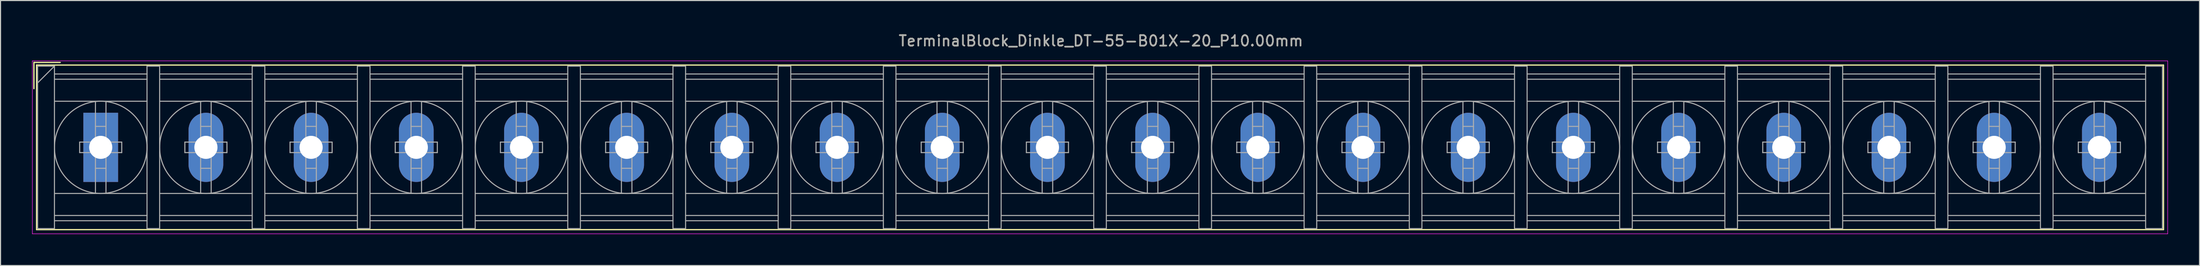
<source format=kicad_pcb>
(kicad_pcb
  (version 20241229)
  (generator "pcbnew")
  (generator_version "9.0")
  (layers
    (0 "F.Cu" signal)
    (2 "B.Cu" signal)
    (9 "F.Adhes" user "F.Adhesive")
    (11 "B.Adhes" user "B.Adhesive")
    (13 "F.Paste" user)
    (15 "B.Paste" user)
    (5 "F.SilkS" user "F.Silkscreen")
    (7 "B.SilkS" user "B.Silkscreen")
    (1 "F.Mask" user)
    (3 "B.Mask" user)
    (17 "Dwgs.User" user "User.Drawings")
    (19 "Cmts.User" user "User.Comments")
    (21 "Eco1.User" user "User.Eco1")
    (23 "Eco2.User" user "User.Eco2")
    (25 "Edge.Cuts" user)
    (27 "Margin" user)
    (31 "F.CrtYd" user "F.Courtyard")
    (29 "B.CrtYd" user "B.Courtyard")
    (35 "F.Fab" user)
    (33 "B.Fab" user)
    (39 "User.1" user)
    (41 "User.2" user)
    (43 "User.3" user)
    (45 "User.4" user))
  (footprint "TerminalBlock_Dinkle_DT-55-B01X-20_P10.00mm"
    (layer "F.Cu")
    (at 6.525 11.008)
    (property "Reference" "TerminalBlock_Dinkle_DT-55-B01X-20_P10.00mm" (at 95.08 -10.16 0) (layer "F.SilkS") (effects (font (size 1 1) (thickness 0.15))))
    (attr through_hole)
    (fp_line (start -6.35 -8.1) (end -3.85 -8.1) (stroke (width 0.12) (type solid)) (layer "F.SilkS"))
    (fp_line (start -6.35 -5.6) (end -6.35 -8.1) (stroke (width 0.12) (type solid)) (layer "F.SilkS"))
    (fp_line (start -6.1 -7.85) (end 196.1 -7.85) (stroke (width 0.12) (type solid)) (layer "F.SilkS"))
    (fp_line (start -6.1 7.85) (end -6.1 -7.85) (stroke (width 0.12) (type solid)) (layer "F.SilkS"))
    (fp_line (start -6.1 7.85) (end 196.1 7.85) (stroke (width 0.12) (type solid)) (layer "F.SilkS"))
    (fp_line (start 196.1 -7.85) (end 196.1 7.85) (stroke (width 0.12) (type solid)) (layer "F.SilkS"))
    (fp_line (start -6.5 -8.25) (end 196.5 -8.25) (stroke (width 0.05) (type solid)) (layer "F.CrtYd"))
    (fp_line (start -6.5 8.25) (end -6.5 -8.25) (stroke (width 0.05) (type solid)) (layer "F.CrtYd"))
    (fp_line (start -6.5 8.25) (end 196.5 8.25) (stroke (width 0.05) (type solid)) (layer "F.CrtYd"))
    (fp_line (start 196.5 -8.25) (end 196.5 8.25) (stroke (width 0.05) (type solid)) (layer "F.CrtYd"))
    (fp_line (start -6 -7.75) (end -6 7.75) (stroke (width 0.1) (type solid)) (layer "F.Fab"))
    (fp_line (start -6 -7.75) (end -4.4 -7.75) (stroke (width 0.1) (type solid)) (layer "F.Fab"))
    (fp_line (start -6 7.75) (end -4.4 7.75) (stroke (width 0.1) (type solid)) (layer "F.Fab"))
    (fp_line (start -4.4 -7.75) (end -6 -6.15) (stroke (width 0.1) (type solid)) (layer "F.Fab"))
    (fp_line (start -4.4 -7.75) (end -4.4 7.75) (stroke (width 0.1) (type solid)) (layer "F.Fab"))
    (fp_line (start -4.4 -7) (end 4.4 -7) (stroke (width 0.1) (type solid)) (layer "F.Fab"))
    (fp_line (start -4.4 -6.5) (end 4.4 -6.5) (stroke (width 0.1) (type solid)) (layer "F.Fab"))
    (fp_line (start -4.4 -4.4) (end 4.4 -4.4) (stroke (width 0.1) (type solid)) (layer "F.Fab"))
    (fp_line (start -4.4 4.4) (end 4.4 4.4) (stroke (width 0.1) (type solid)) (layer "F.Fab"))
    (fp_line (start -4.4 6.5) (end 4.4 6.5) (stroke (width 0.1) (type solid)) (layer "F.Fab"))
    (fp_line (start -4.4 7) (end 4.4 7) (stroke (width 0.1) (type solid)) (layer "F.Fab"))
    (fp_line (start -2 -0.5) (end -2 0.5) (stroke (width 0.1) (type solid)) (layer "F.Fab"))
    (fp_line (start -2 0.5) (end -0.5 0.5) (stroke (width 0.1) (type solid)) (layer "F.Fab"))
    (fp_line (start -0.5 -4.35) (end -0.5 -0.5) (stroke (width 0.1) (type solid)) (layer "F.Fab"))
    (fp_line (start -0.5 -2) (end 0.5 -2) (stroke (width 0.1) (type solid)) (layer "F.Fab"))
    (fp_line (start -0.5 -0.5) (end -2 -0.5) (stroke (width 0.1) (type solid)) (layer "F.Fab"))
    (fp_line (start -0.5 0.5) (end -0.5 4.35) (stroke (width 0.1) (type solid)) (layer "F.Fab"))
    (fp_line (start -0.5 2) (end 0.5 2) (stroke (width 0.1) (type solid)) (layer "F.Fab"))
    (fp_line (start 0.5 -4.35) (end 0.5 -0.5) (stroke (width 0.1) (type solid)) (layer "F.Fab"))
    (fp_line (start 0.5 -0.5) (end 2 -0.5) (stroke (width 0.1) (type solid)) (layer "F.Fab"))
    (fp_line (start 0.5 0.5) (end 0.5 4.35) (stroke (width 0.1) (type solid)) (layer "F.Fab"))
    (fp_line (start 2 -0.5) (end 2 0.5) (stroke (width 0.1) (type solid)) (layer "F.Fab"))
    (fp_line (start 2 0.5) (end 0.5 0.5) (stroke (width 0.1) (type solid)) (layer "F.Fab"))
    (fp_line (start 4.4 -7.75) (end 4.4 7.75) (stroke (width 0.1) (type solid)) (layer "F.Fab"))
    (fp_line (start 4.4 -7.75) (end 5.6 -7.75) (stroke (width 0.1) (type solid)) (layer "F.Fab"))
    (fp_line (start 4.4 7.75) (end 5.6 7.75) (stroke (width 0.1) (type solid)) (layer "F.Fab"))
    (fp_line (start 5.6 -7.75) (end 5.6 7.75) (stroke (width 0.1) (type solid)) (layer "F.Fab"))
    (fp_line (start 5.6 -7) (end 14.4 -7) (stroke (width 0.1) (type solid)) (layer "F.Fab"))
    (fp_line (start 5.6 -6.5) (end 14.4 -6.5) (stroke (width 0.1) (type solid)) (layer "F.Fab"))
    (fp_line (start 5.6 -4.4) (end 14.4 -4.4) (stroke (width 0.1) (type solid)) (layer "F.Fab"))
    (fp_line (start 5.6 4.4) (end 14.4 4.4) (stroke (width 0.1) (type solid)) (layer "F.Fab"))
    (fp_line (start 5.6 6.5) (end 14.4 6.5) (stroke (width 0.1) (type solid)) (layer "F.Fab"))
    (fp_line (start 5.6 7) (end 14.4 7) (stroke (width 0.1) (type solid)) (layer "F.Fab"))
    (fp_line (start 8 -0.5) (end 8 0.5) (stroke (width 0.1) (type solid)) (layer "F.Fab"))
    (fp_line (start 8 0.5) (end 9.5 0.5) (stroke (width 0.1) (type solid)) (layer "F.Fab"))
    (fp_line (start 9.5 -4.35) (end 9.5 -0.5) (stroke (width 0.1) (type solid)) (layer "F.Fab"))
    (fp_line (start 9.5 -2) (end 10.5 -2) (stroke (width 0.1) (type solid)) (layer "F.Fab"))
    (fp_line (start 9.5 -0.5) (end 8 -0.5) (stroke (width 0.1) (type solid)) (layer "F.Fab"))
    (fp_line (start 9.5 0.5) (end 9.5 4.35) (stroke (width 0.1) (type solid)) (layer "F.Fab"))
    (fp_line (start 9.5 2) (end 10.5 2) (stroke (width 0.1) (type solid)) (layer "F.Fab"))
    (fp_line (start 10.5 -4.35) (end 10.5 -0.5) (stroke (width 0.1) (type solid)) (layer "F.Fab"))
    (fp_line (start 10.5 -0.5) (end 12 -0.5) (stroke (width 0.1) (type solid)) (layer "F.Fab"))
    (fp_line (start 10.5 0.5) (end 10.5 4.35) (stroke (width 0.1) (type solid)) (layer "F.Fab"))
    (fp_line (start 12 -0.5) (end 12 0.5) (stroke (width 0.1) (type solid)) (layer "F.Fab"))
    (fp_line (start 12 0.5) (end 10.5 0.5) (stroke (width 0.1) (type solid)) (layer "F.Fab"))
    (fp_line (start 14.4 -7.75) (end 14.4 7.75) (stroke (width 0.1) (type solid)) (layer "F.Fab"))
    (fp_line (start 14.4 -7.75) (end 15.6 -7.75) (stroke (width 0.1) (type solid)) (layer "F.Fab"))
    (fp_line (start 14.4 7.75) (end 15.6 7.75) (stroke (width 0.1) (type solid)) (layer "F.Fab"))
    (fp_line (start 15.6 -7.75) (end 15.6 7.75) (stroke (width 0.1) (type solid)) (layer "F.Fab"))
    (fp_line (start 15.6 -7) (end 24.4 -7) (stroke (width 0.1) (type solid)) (layer "F.Fab"))
    (fp_line (start 15.6 -6.5) (end 24.4 -6.5) (stroke (width 0.1) (type solid)) (layer "F.Fab"))
    (fp_line (start 15.6 -4.4) (end 24.4 -4.4) (stroke (width 0.1) (type solid)) (layer "F.Fab"))
    (fp_line (start 15.6 4.4) (end 24.4 4.4) (stroke (width 0.1) (type solid)) (layer "F.Fab"))
    (fp_line (start 15.6 6.5) (end 24.4 6.5) (stroke (width 0.1) (type solid)) (layer "F.Fab"))
    (fp_line (start 15.6 7) (end 24.4 7) (stroke (width 0.1) (type solid)) (layer "F.Fab"))
    (fp_line (start 18 -0.5) (end 18 0.5) (stroke (width 0.1) (type solid)) (layer "F.Fab"))
    (fp_line (start 18 0.5) (end 19.5 0.5) (stroke (width 0.1) (type solid)) (layer "F.Fab"))
    (fp_line (start 19.5 -4.35) (end 19.5 -0.5) (stroke (width 0.1) (type solid)) (layer "F.Fab"))
    (fp_line (start 19.5 -2) (end 20.5 -2) (stroke (width 0.1) (type solid)) (layer "F.Fab"))
    (fp_line (start 19.5 -0.5) (end 18 -0.5) (stroke (width 0.1) (type solid)) (layer "F.Fab"))
    (fp_line (start 19.5 0.5) (end 19.5 4.35) (stroke (width 0.1) (type solid)) (layer "F.Fab"))
    (fp_line (start 19.5 2) (end 20.5 2) (stroke (width 0.1) (type solid)) (layer "F.Fab"))
    (fp_line (start 20.5 -4.35) (end 20.5 -0.5) (stroke (width 0.1) (type solid)) (layer "F.Fab"))
    (fp_line (start 20.5 -0.5) (end 22 -0.5) (stroke (width 0.1) (type solid)) (layer "F.Fab"))
    (fp_line (start 20.5 0.5) (end 20.5 4.35) (stroke (width 0.1) (type solid)) (layer "F.Fab"))
    (fp_line (start 22 -0.5) (end 22 0.5) (stroke (width 0.1) (type solid)) (layer "F.Fab"))
    (fp_line (start 22 0.5) (end 20.5 0.5) (stroke (width 0.1) (type solid)) (layer "F.Fab"))
    (fp_line (start 24.4 -7.75) (end 24.4 7.75) (stroke (width 0.1) (type solid)) (layer "F.Fab"))
    (fp_line (start 24.4 -7.75) (end 25.6 -7.75) (stroke (width 0.1) (type solid)) (layer "F.Fab"))
    (fp_line (start 24.4 7.75) (end 25.6 7.75) (stroke (width 0.1) (type solid)) (layer "F.Fab"))
    (fp_line (start 25.6 -7.75) (end 25.6 7.75) (stroke (width 0.1) (type solid)) (layer "F.Fab"))
    (fp_line (start 25.6 -7) (end 34.4 -7) (stroke (width 0.1) (type solid)) (layer "F.Fab"))
    (fp_line (start 25.6 -6.5) (end 34.4 -6.5) (stroke (width 0.1) (type solid)) (layer "F.Fab"))
    (fp_line (start 25.6 -4.4) (end 34.4 -4.4) (stroke (width 0.1) (type solid)) (layer "F.Fab"))
    (fp_line (start 25.6 4.4) (end 34.4 4.4) (stroke (width 0.1) (type solid)) (layer "F.Fab"))
    (fp_line (start 25.6 6.5) (end 34.4 6.5) (stroke (width 0.1) (type solid)) (layer "F.Fab"))
    (fp_line (start 25.6 7) (end 34.4 7) (stroke (width 0.1) (type solid)) (layer "F.Fab"))
    (fp_line (start 28 -0.5) (end 28 0.5) (stroke (width 0.1) (type solid)) (layer "F.Fab"))
    (fp_line (start 28 0.5) (end 29.5 0.5) (stroke (width 0.1) (type solid)) (layer "F.Fab"))
    (fp_line (start 29.5 -4.35) (end 29.5 -0.5) (stroke (width 0.1) (type solid)) (layer "F.Fab"))
    (fp_line (start 29.5 -2) (end 30.5 -2) (stroke (width 0.1) (type solid)) (layer "F.Fab"))
    (fp_line (start 29.5 -0.5) (end 28 -0.5) (stroke (width 0.1) (type solid)) (layer "F.Fab"))
    (fp_line (start 29.5 0.5) (end 29.5 4.35) (stroke (width 0.1) (type solid)) (layer "F.Fab"))
    (fp_line (start 29.5 2) (end 30.5 2) (stroke (width 0.1) (type solid)) (layer "F.Fab"))
    (fp_line (start 30.5 -4.35) (end 30.5 -0.5) (stroke (width 0.1) (type solid)) (layer "F.Fab"))
    (fp_line (start 30.5 -0.5) (end 32 -0.5) (stroke (width 0.1) (type solid)) (layer "F.Fab"))
    (fp_line (start 30.5 0.5) (end 30.5 4.35) (stroke (width 0.1) (type solid)) (layer "F.Fab"))
    (fp_line (start 32 -0.5) (end 32 0.5) (stroke (width 0.1) (type solid)) (layer "F.Fab"))
    (fp_line (start 32 0.5) (end 30.5 0.5) (stroke (width 0.1) (type solid)) (layer "F.Fab"))
    (fp_line (start 34.4 -7.75) (end 34.4 7.75) (stroke (width 0.1) (type solid)) (layer "F.Fab"))
    (fp_line (start 34.4 -7.75) (end 35.6 -7.75) (stroke (width 0.1) (type solid)) (layer "F.Fab"))
    (fp_line (start 34.4 7.75) (end 35.6 7.75) (stroke (width 0.1) (type solid)) (layer "F.Fab"))
    (fp_line (start 35.6 -7.75) (end 35.6 7.75) (stroke (width 0.1) (type solid)) (layer "F.Fab"))
    (fp_line (start 35.6 -7) (end 44.4 -7) (stroke (width 0.1) (type solid)) (layer "F.Fab"))
    (fp_line (start 35.6 -6.5) (end 44.4 -6.5) (stroke (width 0.1) (type solid)) (layer "F.Fab"))
    (fp_line (start 35.6 -4.4) (end 44.4 -4.4) (stroke (width 0.1) (type solid)) (layer "F.Fab"))
    (fp_line (start 35.6 4.4) (end 44.4 4.4) (stroke (width 0.1) (type solid)) (layer "F.Fab"))
    (fp_line (start 35.6 6.5) (end 44.4 6.5) (stroke (width 0.1) (type solid)) (layer "F.Fab"))
    (fp_line (start 35.6 7) (end 44.4 7) (stroke (width 0.1) (type solid)) (layer "F.Fab"))
    (fp_line (start 38 -0.5) (end 38 0.5) (stroke (width 0.1) (type solid)) (layer "F.Fab"))
    (fp_line (start 38 0.5) (end 39.5 0.5) (stroke (width 0.1) (type solid)) (layer "F.Fab"))
    (fp_line (start 39.5 -4.35) (end 39.5 -0.5) (stroke (width 0.1) (type solid)) (layer "F.Fab"))
    (fp_line (start 39.5 -2) (end 40.5 -2) (stroke (width 0.1) (type solid)) (layer "F.Fab"))
    (fp_line (start 39.5 -0.5) (end 38 -0.5) (stroke (width 0.1) (type solid)) (layer "F.Fab"))
    (fp_line (start 39.5 0.5) (end 39.5 4.35) (stroke (width 0.1) (type solid)) (layer "F.Fab"))
    (fp_line (start 39.5 2) (end 40.5 2) (stroke (width 0.1) (type solid)) (layer "F.Fab"))
    (fp_line (start 40.5 -4.35) (end 40.5 -0.5) (stroke (width 0.1) (type solid)) (layer "F.Fab"))
    (fp_line (start 40.5 -0.5) (end 42 -0.5) (stroke (width 0.1) (type solid)) (layer "F.Fab"))
    (fp_line (start 40.5 0.5) (end 40.5 4.35) (stroke (width 0.1) (type solid)) (layer "F.Fab"))
    (fp_line (start 42 -0.5) (end 42 0.5) (stroke (width 0.1) (type solid)) (layer "F.Fab"))
    (fp_line (start 42 0.5) (end 40.5 0.5) (stroke (width 0.1) (type solid)) (layer "F.Fab"))
    (fp_line (start 44.4 -7.75) (end 44.4 7.75) (stroke (width 0.1) (type solid)) (layer "F.Fab"))
    (fp_line (start 44.4 -7.75) (end 45.6 -7.75) (stroke (width 0.1) (type solid)) (layer "F.Fab"))
    (fp_line (start 44.4 7.75) (end 45.6 7.75) (stroke (width 0.1) (type solid)) (layer "F.Fab"))
    (fp_line (start 45.6 -7.75) (end 45.6 7.75) (stroke (width 0.1) (type solid)) (layer "F.Fab"))
    (fp_line (start 45.6 -7) (end 54.4 -7) (stroke (width 0.1) (type solid)) (layer "F.Fab"))
    (fp_line (start 45.6 -6.5) (end 54.4 -6.5) (stroke (width 0.1) (type solid)) (layer "F.Fab"))
    (fp_line (start 45.6 -4.4) (end 54.4 -4.4) (stroke (width 0.1) (type solid)) (layer "F.Fab"))
    (fp_line (start 45.6 4.4) (end 54.4 4.4) (stroke (width 0.1) (type solid)) (layer "F.Fab"))
    (fp_line (start 45.6 6.5) (end 54.4 6.5) (stroke (width 0.1) (type solid)) (layer "F.Fab"))
    (fp_line (start 45.6 7) (end 54.4 7) (stroke (width 0.1) (type solid)) (layer "F.Fab"))
    (fp_line (start 48 -0.5) (end 48 0.5) (stroke (width 0.1) (type solid)) (layer "F.Fab"))
    (fp_line (start 48 0.5) (end 49.5 0.5) (stroke (width 0.1) (type solid)) (layer "F.Fab"))
    (fp_line (start 49.5 -4.35) (end 49.5 -0.5) (stroke (width 0.1) (type solid)) (layer "F.Fab"))
    (fp_line (start 49.5 -2) (end 50.5 -2) (stroke (width 0.1) (type solid)) (layer "F.Fab"))
    (fp_line (start 49.5 -0.5) (end 48 -0.5) (stroke (width 0.1) (type solid)) (layer "F.Fab"))
    (fp_line (start 49.5 0.5) (end 49.5 4.35) (stroke (width 0.1) (type solid)) (layer "F.Fab"))
    (fp_line (start 49.5 2) (end 50.5 2) (stroke (width 0.1) (type solid)) (layer "F.Fab"))
    (fp_line (start 50.5 -4.35) (end 50.5 -0.5) (stroke (width 0.1) (type solid)) (layer "F.Fab"))
    (fp_line (start 50.5 -0.5) (end 52 -0.5) (stroke (width 0.1) (type solid)) (layer "F.Fab"))
    (fp_line (start 50.5 0.5) (end 50.5 4.35) (stroke (width 0.1) (type solid)) (layer "F.Fab"))
    (fp_line (start 52 -0.5) (end 52 0.5) (stroke (width 0.1) (type solid)) (layer "F.Fab"))
    (fp_line (start 52 0.5) (end 50.5 0.5) (stroke (width 0.1) (type solid)) (layer "F.Fab"))
    (fp_line (start 54.4 -7.75) (end 54.4 7.75) (stroke (width 0.1) (type solid)) (layer "F.Fab"))
    (fp_line (start 54.4 -7.75) (end 55.6 -7.75) (stroke (width 0.1) (type solid)) (layer "F.Fab"))
    (fp_line (start 54.4 7.75) (end 55.6 7.75) (stroke (width 0.1) (type solid)) (layer "F.Fab"))
    (fp_line (start 55.6 -7.75) (end 55.6 7.75) (stroke (width 0.1) (type solid)) (layer "F.Fab"))
    (fp_line (start 55.6 -7) (end 64.4 -7) (stroke (width 0.1) (type solid)) (layer "F.Fab"))
    (fp_line (start 55.6 -6.5) (end 64.4 -6.5) (stroke (width 0.1) (type solid)) (layer "F.Fab"))
    (fp_line (start 55.6 -4.4) (end 64.4 -4.4) (stroke (width 0.1) (type solid)) (layer "F.Fab"))
    (fp_line (start 55.6 4.4) (end 64.4 4.4) (stroke (width 0.1) (type solid)) (layer "F.Fab"))
    (fp_line (start 55.6 6.5) (end 64.4 6.5) (stroke (width 0.1) (type solid)) (layer "F.Fab"))
    (fp_line (start 55.6 7) (end 64.4 7) (stroke (width 0.1) (type solid)) (layer "F.Fab"))
    (fp_line (start 58 -0.5) (end 58 0.5) (stroke (width 0.1) (type solid)) (layer "F.Fab"))
    (fp_line (start 58 0.5) (end 59.5 0.5) (stroke (width 0.1) (type solid)) (layer "F.Fab"))
    (fp_line (start 59.5 -4.35) (end 59.5 -0.5) (stroke (width 0.1) (type solid)) (layer "F.Fab"))
    (fp_line (start 59.5 -2) (end 60.5 -2) (stroke (width 0.1) (type solid)) (layer "F.Fab"))
    (fp_line (start 59.5 -0.5) (end 58 -0.5) (stroke (width 0.1) (type solid)) (layer "F.Fab"))
    (fp_line (start 59.5 0.5) (end 59.5 4.35) (stroke (width 0.1) (type solid)) (layer "F.Fab"))
    (fp_line (start 59.5 2) (end 60.5 2) (stroke (width 0.1) (type solid)) (layer "F.Fab"))
    (fp_line (start 60.5 -4.35) (end 60.5 -0.5) (stroke (width 0.1) (type solid)) (layer "F.Fab"))
    (fp_line (start 60.5 -0.5) (end 62 -0.5) (stroke (width 0.1) (type solid)) (layer "F.Fab"))
    (fp_line (start 60.5 0.5) (end 60.5 4.35) (stroke (width 0.1) (type solid)) (layer "F.Fab"))
    (fp_line (start 62 -0.5) (end 62 0.5) (stroke (width 0.1) (type solid)) (layer "F.Fab"))
    (fp_line (start 62 0.5) (end 60.5 0.5) (stroke (width 0.1) (type solid)) (layer "F.Fab"))
    (fp_line (start 64.4 -7.75) (end 64.4 7.75) (stroke (width 0.1) (type solid)) (layer "F.Fab"))
    (fp_line (start 64.4 -7.75) (end 65.6 -7.75) (stroke (width 0.1) (type solid)) (layer "F.Fab"))
    (fp_line (start 64.4 7.75) (end 65.6 7.75) (stroke (width 0.1) (type solid)) (layer "F.Fab"))
    (fp_line (start 65.6 -7.75) (end 65.6 7.75) (stroke (width 0.1) (type solid)) (layer "F.Fab"))
    (fp_line (start 65.6 -7) (end 74.4 -7) (stroke (width 0.1) (type solid)) (layer "F.Fab"))
    (fp_line (start 65.6 -6.5) (end 74.4 -6.5) (stroke (width 0.1) (type solid)) (layer "F.Fab"))
    (fp_line (start 65.6 -4.4) (end 74.4 -4.4) (stroke (width 0.1) (type solid)) (layer "F.Fab"))
    (fp_line (start 65.6 4.4) (end 74.4 4.4) (stroke (width 0.1) (type solid)) (layer "F.Fab"))
    (fp_line (start 65.6 6.5) (end 74.4 6.5) (stroke (width 0.1) (type solid)) (layer "F.Fab"))
    (fp_line (start 65.6 7) (end 74.4 7) (stroke (width 0.1) (type solid)) (layer "F.Fab"))
    (fp_line (start 68 -0.5) (end 68 0.5) (stroke (width 0.1) (type solid)) (layer "F.Fab"))
    (fp_line (start 68 0.5) (end 69.5 0.5) (stroke (width 0.1) (type solid)) (layer "F.Fab"))
    (fp_line (start 69.5 -4.35) (end 69.5 -0.5) (stroke (width 0.1) (type solid)) (layer "F.Fab"))
    (fp_line (start 69.5 -2) (end 70.5 -2) (stroke (width 0.1) (type solid)) (layer "F.Fab"))
    (fp_line (start 69.5 -0.5) (end 68 -0.5) (stroke (width 0.1) (type solid)) (layer "F.Fab"))
    (fp_line (start 69.5 0.5) (end 69.5 4.35) (stroke (width 0.1) (type solid)) (layer "F.Fab"))
    (fp_line (start 69.5 2) (end 70.5 2) (stroke (width 0.1) (type solid)) (layer "F.Fab"))
    (fp_line (start 70.5 -4.35) (end 70.5 -0.5) (stroke (width 0.1) (type solid)) (layer "F.Fab"))
    (fp_line (start 70.5 -0.5) (end 72 -0.5) (stroke (width 0.1) (type solid)) (layer "F.Fab"))
    (fp_line (start 70.5 0.5) (end 70.5 4.35) (stroke (width 0.1) (type solid)) (layer "F.Fab"))
    (fp_line (start 72 -0.5) (end 72 0.5) (stroke (width 0.1) (type solid)) (layer "F.Fab"))
    (fp_line (start 72 0.5) (end 70.5 0.5) (stroke (width 0.1) (type solid)) (layer "F.Fab"))
    (fp_line (start 74.4 -7.75) (end 74.4 7.75) (stroke (width 0.1) (type solid)) (layer "F.Fab"))
    (fp_line (start 74.4 -7.75) (end 75.6 -7.75) (stroke (width 0.1) (type solid)) (layer "F.Fab"))
    (fp_line (start 74.4 7.75) (end 75.6 7.75) (stroke (width 0.1) (type solid)) (layer "F.Fab"))
    (fp_line (start 75.6 -7.75) (end 75.6 7.75) (stroke (width 0.1) (type solid)) (layer "F.Fab"))
    (fp_line (start 75.6 -7) (end 84.4 -7) (stroke (width 0.1) (type solid)) (layer "F.Fab"))
    (fp_line (start 75.6 -6.5) (end 84.4 -6.5) (stroke (width 0.1) (type solid)) (layer "F.Fab"))
    (fp_line (start 75.6 -4.4) (end 84.4 -4.4) (stroke (width 0.1) (type solid)) (layer "F.Fab"))
    (fp_line (start 75.6 4.4) (end 84.4 4.4) (stroke (width 0.1) (type solid)) (layer "F.Fab"))
    (fp_line (start 75.6 6.5) (end 84.4 6.5) (stroke (width 0.1) (type solid)) (layer "F.Fab"))
    (fp_line (start 75.6 7) (end 84.4 7) (stroke (width 0.1) (type solid)) (layer "F.Fab"))
    (fp_line (start 78 -0.5) (end 78 0.5) (stroke (width 0.1) (type solid)) (layer "F.Fab"))
    (fp_line (start 78 0.5) (end 79.5 0.5) (stroke (width 0.1) (type solid)) (layer "F.Fab"))
    (fp_line (start 79.5 -4.35) (end 79.5 -0.5) (stroke (width 0.1) (type solid)) (layer "F.Fab"))
    (fp_line (start 79.5 -2) (end 80.5 -2) (stroke (width 0.1) (type solid)) (layer "F.Fab"))
    (fp_line (start 79.5 -0.5) (end 78 -0.5) (stroke (width 0.1) (type solid)) (layer "F.Fab"))
    (fp_line (start 79.5 0.5) (end 79.5 4.35) (stroke (width 0.1) (type solid)) (layer "F.Fab"))
    (fp_line (start 79.5 2) (end 80.5 2) (stroke (width 0.1) (type solid)) (layer "F.Fab"))
    (fp_line (start 80.5 -4.35) (end 80.5 -0.5) (stroke (width 0.1) (type solid)) (layer "F.Fab"))
    (fp_line (start 80.5 -0.5) (end 82 -0.5) (stroke (width 0.1) (type solid)) (layer "F.Fab"))
    (fp_line (start 80.5 0.5) (end 80.5 4.35) (stroke (width 0.1) (type solid)) (layer "F.Fab"))
    (fp_line (start 82 -0.5) (end 82 0.5) (stroke (width 0.1) (type solid)) (layer "F.Fab"))
    (fp_line (start 82 0.5) (end 80.5 0.5) (stroke (width 0.1) (type solid)) (layer "F.Fab"))
    (fp_line (start 84.4 -7.75) (end 84.4 7.75) (stroke (width 0.1) (type solid)) (layer "F.Fab"))
    (fp_line (start 84.4 -7.75) (end 85.6 -7.75) (stroke (width 0.1) (type solid)) (layer "F.Fab"))
    (fp_line (start 84.4 7.75) (end 85.6 7.75) (stroke (width 0.1) (type solid)) (layer "F.Fab"))
    (fp_line (start 85.6 -7.75) (end 85.6 7.75) (stroke (width 0.1) (type solid)) (layer "F.Fab"))
    (fp_line (start 85.6 -7) (end 94.4 -7) (stroke (width 0.1) (type solid)) (layer "F.Fab"))
    (fp_line (start 85.6 -6.5) (end 94.4 -6.5) (stroke (width 0.1) (type solid)) (layer "F.Fab"))
    (fp_line (start 85.6 -4.4) (end 94.4 -4.4) (stroke (width 0.1) (type solid)) (layer "F.Fab"))
    (fp_line (start 85.6 4.4) (end 94.4 4.4) (stroke (width 0.1) (type solid)) (layer "F.Fab"))
    (fp_line (start 85.6 6.5) (end 94.4 6.5) (stroke (width 0.1) (type solid)) (layer "F.Fab"))
    (fp_line (start 85.6 7) (end 94.4 7) (stroke (width 0.1) (type solid)) (layer "F.Fab"))
    (fp_line (start 88 -0.5) (end 88 0.5) (stroke (width 0.1) (type solid)) (layer "F.Fab"))
    (fp_line (start 88 0.5) (end 89.5 0.5) (stroke (width 0.1) (type solid)) (layer "F.Fab"))
    (fp_line (start 89.5 -4.35) (end 89.5 -0.5) (stroke (width 0.1) (type solid)) (layer "F.Fab"))
    (fp_line (start 89.5 -2) (end 90.5 -2) (stroke (width 0.1) (type solid)) (layer "F.Fab"))
    (fp_line (start 89.5 -0.5) (end 88 -0.5) (stroke (width 0.1) (type solid)) (layer "F.Fab"))
    (fp_line (start 89.5 0.5) (end 89.5 4.35) (stroke (width 0.1) (type solid)) (layer "F.Fab"))
    (fp_line (start 89.5 2) (end 90.5 2) (stroke (width 0.1) (type solid)) (layer "F.Fab"))
    (fp_line (start 90.5 -4.35) (end 90.5 -0.5) (stroke (width 0.1) (type solid)) (layer "F.Fab"))
    (fp_line (start 90.5 -0.5) (end 92 -0.5) (stroke (width 0.1) (type solid)) (layer "F.Fab"))
    (fp_line (start 90.5 0.5) (end 90.5 4.35) (stroke (width 0.1) (type solid)) (layer "F.Fab"))
    (fp_line (start 92 -0.5) (end 92 0.5) (stroke (width 0.1) (type solid)) (layer "F.Fab"))
    (fp_line (start 92 0.5) (end 90.5 0.5) (stroke (width 0.1) (type solid)) (layer "F.Fab"))
    (fp_line (start 94.4 -7.75) (end 94.4 7.75) (stroke (width 0.1) (type solid)) (layer "F.Fab"))
    (fp_line (start 94.4 -7.75) (end 95.6 -7.75) (stroke (width 0.1) (type solid)) (layer "F.Fab"))
    (fp_line (start 94.4 7.75) (end 95.6 7.75) (stroke (width 0.1) (type solid)) (layer "F.Fab"))
    (fp_line (start 95.6 -7.75) (end 95.6 7.75) (stroke (width 0.1) (type solid)) (layer "F.Fab"))
    (fp_line (start 95.6 -7) (end 104.4 -7) (stroke (width 0.1) (type solid)) (layer "F.Fab"))
    (fp_line (start 95.6 -6.5) (end 104.4 -6.5) (stroke (width 0.1) (type solid)) (layer "F.Fab"))
    (fp_line (start 95.6 -4.4) (end 104.4 -4.4) (stroke (width 0.1) (type solid)) (layer "F.Fab"))
    (fp_line (start 95.6 4.4) (end 104.4 4.4) (stroke (width 0.1) (type solid)) (layer "F.Fab"))
    (fp_line (start 95.6 6.5) (end 104.4 6.5) (stroke (width 0.1) (type solid)) (layer "F.Fab"))
    (fp_line (start 95.6 7) (end 104.4 7) (stroke (width 0.1) (type solid)) (layer "F.Fab"))
    (fp_line (start 98 -0.5) (end 98 0.5) (stroke (width 0.1) (type solid)) (layer "F.Fab"))
    (fp_line (start 98 0.5) (end 99.5 0.5) (stroke (width 0.1) (type solid)) (layer "F.Fab"))
    (fp_line (start 99.5 -4.35) (end 99.5 -0.5) (stroke (width 0.1) (type solid)) (layer "F.Fab"))
    (fp_line (start 99.5 -2) (end 100.5 -2) (stroke (width 0.1) (type solid)) (layer "F.Fab"))
    (fp_line (start 99.5 -0.5) (end 98 -0.5) (stroke (width 0.1) (type solid)) (layer "F.Fab"))
    (fp_line (start 99.5 0.5) (end 99.5 4.35) (stroke (width 0.1) (type solid)) (layer "F.Fab"))
    (fp_line (start 99.5 2) (end 100.5 2) (stroke (width 0.1) (type solid)) (layer "F.Fab"))
    (fp_line (start 100.5 -4.35) (end 100.5 -0.5) (stroke (width 0.1) (type solid)) (layer "F.Fab"))
    (fp_line (start 100.5 -0.5) (end 102 -0.5) (stroke (width 0.1) (type solid)) (layer "F.Fab"))
    (fp_line (start 100.5 0.5) (end 100.5 4.35) (stroke (width 0.1) (type solid)) (layer "F.Fab"))
    (fp_line (start 102 -0.5) (end 102 0.5) (stroke (width 0.1) (type solid)) (layer "F.Fab"))
    (fp_line (start 102 0.5) (end 100.5 0.5) (stroke (width 0.1) (type solid)) (layer "F.Fab"))
    (fp_line (start 104.4 -7.75) (end 104.4 7.75) (stroke (width 0.1) (type solid)) (layer "F.Fab"))
    (fp_line (start 104.4 -7.75) (end 105.6 -7.75) (stroke (width 0.1) (type solid)) (layer "F.Fab"))
    (fp_line (start 104.4 7.75) (end 105.6 7.75) (stroke (width 0.1) (type solid)) (layer "F.Fab"))
    (fp_line (start 105.6 -7.75) (end 105.6 7.75) (stroke (width 0.1) (type solid)) (layer "F.Fab"))
    (fp_line (start 105.6 -7) (end 114.4 -7) (stroke (width 0.1) (type solid)) (layer "F.Fab"))
    (fp_line (start 105.6 -6.5) (end 114.4 -6.5) (stroke (width 0.1) (type solid)) (layer "F.Fab"))
    (fp_line (start 105.6 -4.4) (end 114.4 -4.4) (stroke (width 0.1) (type solid)) (layer "F.Fab"))
    (fp_line (start 105.6 4.4) (end 114.4 4.4) (stroke (width 0.1) (type solid)) (layer "F.Fab"))
    (fp_line (start 105.6 6.5) (end 114.4 6.5) (stroke (width 0.1) (type solid)) (layer "F.Fab"))
    (fp_line (start 105.6 7) (end 114.4 7) (stroke (width 0.1) (type solid)) (layer "F.Fab"))
    (fp_line (start 108 -0.5) (end 108 0.5) (stroke (width 0.1) (type solid)) (layer "F.Fab"))
    (fp_line (start 108 0.5) (end 109.5 0.5) (stroke (width 0.1) (type solid)) (layer "F.Fab"))
    (fp_line (start 109.5 -4.35) (end 109.5 -0.5) (stroke (width 0.1) (type solid)) (layer "F.Fab"))
    (fp_line (start 109.5 -2) (end 110.5 -2) (stroke (width 0.1) (type solid)) (layer "F.Fab"))
    (fp_line (start 109.5 -0.5) (end 108 -0.5) (stroke (width 0.1) (type solid)) (layer "F.Fab"))
    (fp_line (start 109.5 0.5) (end 109.5 4.35) (stroke (width 0.1) (type solid)) (layer "F.Fab"))
    (fp_line (start 109.5 2) (end 110.5 2) (stroke (width 0.1) (type solid)) (layer "F.Fab"))
    (fp_line (start 110.5 -4.35) (end 110.5 -0.5) (stroke (width 0.1) (type solid)) (layer "F.Fab"))
    (fp_line (start 110.5 -0.5) (end 112 -0.5) (stroke (width 0.1) (type solid)) (layer "F.Fab"))
    (fp_line (start 110.5 0.5) (end 110.5 4.35) (stroke (width 0.1) (type solid)) (layer "F.Fab"))
    (fp_line (start 112 -0.5) (end 112 0.5) (stroke (width 0.1) (type solid)) (layer "F.Fab"))
    (fp_line (start 112 0.5) (end 110.5 0.5) (stroke (width 0.1) (type solid)) (layer "F.Fab"))
    (fp_line (start 114.4 -7.75) (end 114.4 7.75) (stroke (width 0.1) (type solid)) (layer "F.Fab"))
    (fp_line (start 114.4 -7.75) (end 115.6 -7.75) (stroke (width 0.1) (type solid)) (layer "F.Fab"))
    (fp_line (start 114.4 7.75) (end 115.6 7.75) (stroke (width 0.1) (type solid)) (layer "F.Fab"))
    (fp_line (start 115.6 -7.75) (end 115.6 7.75) (stroke (width 0.1) (type solid)) (layer "F.Fab"))
    (fp_line (start 115.6 -7) (end 124.4 -7) (stroke (width 0.1) (type solid)) (layer "F.Fab"))
    (fp_line (start 115.6 -6.5) (end 124.4 -6.5) (stroke (width 0.1) (type solid)) (layer "F.Fab"))
    (fp_line (start 115.6 -4.4) (end 124.4 -4.4) (stroke (width 0.1) (type solid)) (layer "F.Fab"))
    (fp_line (start 115.6 4.4) (end 124.4 4.4) (stroke (width 0.1) (type solid)) (layer "F.Fab"))
    (fp_line (start 115.6 6.5) (end 124.4 6.5) (stroke (width 0.1) (type solid)) (layer "F.Fab"))
    (fp_line (start 115.6 7) (end 124.4 7) (stroke (width 0.1) (type solid)) (layer "F.Fab"))
    (fp_line (start 118 -0.5) (end 118 0.5) (stroke (width 0.1) (type solid)) (layer "F.Fab"))
    (fp_line (start 118 0.5) (end 119.5 0.5) (stroke (width 0.1) (type solid)) (layer "F.Fab"))
    (fp_line (start 119.5 -4.35) (end 119.5 -0.5) (stroke (width 0.1) (type solid)) (layer "F.Fab"))
    (fp_line (start 119.5 -2) (end 120.5 -2) (stroke (width 0.1) (type solid)) (layer "F.Fab"))
    (fp_line (start 119.5 -0.5) (end 118 -0.5) (stroke (width 0.1) (type solid)) (layer "F.Fab"))
    (fp_line (start 119.5 0.5) (end 119.5 4.35) (stroke (width 0.1) (type solid)) (layer "F.Fab"))
    (fp_line (start 119.5 2) (end 120.5 2) (stroke (width 0.1) (type solid)) (layer "F.Fab"))
    (fp_line (start 120.5 -4.35) (end 120.5 -0.5) (stroke (width 0.1) (type solid)) (layer "F.Fab"))
    (fp_line (start 120.5 -0.5) (end 122 -0.5) (stroke (width 0.1) (type solid)) (layer "F.Fab"))
    (fp_line (start 120.5 0.5) (end 120.5 4.35) (stroke (width 0.1) (type solid)) (layer "F.Fab"))
    (fp_line (start 122 -0.5) (end 122 0.5) (stroke (width 0.1) (type solid)) (layer "F.Fab"))
    (fp_line (start 122 0.5) (end 120.5 0.5) (stroke (width 0.1) (type solid)) (layer "F.Fab"))
    (fp_line (start 124.4 -7.75) (end 124.4 7.75) (stroke (width 0.1) (type solid)) (layer "F.Fab"))
    (fp_line (start 124.4 -7.75) (end 125.6 -7.75) (stroke (width 0.1) (type solid)) (layer "F.Fab"))
    (fp_line (start 124.4 7.75) (end 125.6 7.75) (stroke (width 0.1) (type solid)) (layer "F.Fab"))
    (fp_line (start 125.6 -7.75) (end 125.6 7.75) (stroke (width 0.1) (type solid)) (layer "F.Fab"))
    (fp_line (start 125.6 -7) (end 134.4 -7) (stroke (width 0.1) (type solid)) (layer "F.Fab"))
    (fp_line (start 125.6 -6.5) (end 134.4 -6.5) (stroke (width 0.1) (type solid)) (layer "F.Fab"))
    (fp_line (start 125.6 -4.4) (end 134.4 -4.4) (stroke (width 0.1) (type solid)) (layer "F.Fab"))
    (fp_line (start 125.6 4.4) (end 134.4 4.4) (stroke (width 0.1) (type solid)) (layer "F.Fab"))
    (fp_line (start 125.6 6.5) (end 134.4 6.5) (stroke (width 0.1) (type solid)) (layer "F.Fab"))
    (fp_line (start 125.6 7) (end 134.4 7) (stroke (width 0.1) (type solid)) (layer "F.Fab"))
    (fp_line (start 128 -0.5) (end 128 0.5) (stroke (width 0.1) (type solid)) (layer "F.Fab"))
    (fp_line (start 128 0.5) (end 129.5 0.5) (stroke (width 0.1) (type solid)) (layer "F.Fab"))
    (fp_line (start 129.5 -4.35) (end 129.5 -0.5) (stroke (width 0.1) (type solid)) (layer "F.Fab"))
    (fp_line (start 129.5 -2) (end 130.5 -2) (stroke (width 0.1) (type solid)) (layer "F.Fab"))
    (fp_line (start 129.5 -0.5) (end 128 -0.5) (stroke (width 0.1) (type solid)) (layer "F.Fab"))
    (fp_line (start 129.5 0.5) (end 129.5 4.35) (stroke (width 0.1) (type solid)) (layer "F.Fab"))
    (fp_line (start 129.5 2) (end 130.5 2) (stroke (width 0.1) (type solid)) (layer "F.Fab"))
    (fp_line (start 130.5 -4.35) (end 130.5 -0.5) (stroke (width 0.1) (type solid)) (layer "F.Fab"))
    (fp_line (start 130.5 -0.5) (end 132 -0.5) (stroke (width 0.1) (type solid)) (layer "F.Fab"))
    (fp_line (start 130.5 0.5) (end 130.5 4.35) (stroke (width 0.1) (type solid)) (layer "F.Fab"))
    (fp_line (start 132 -0.5) (end 132 0.5) (stroke (width 0.1) (type solid)) (layer "F.Fab"))
    (fp_line (start 132 0.5) (end 130.5 0.5) (stroke (width 0.1) (type solid)) (layer "F.Fab"))
    (fp_line (start 134.4 -7.75) (end 134.4 7.75) (stroke (width 0.1) (type solid)) (layer "F.Fab"))
    (fp_line (start 134.4 -7.75) (end 135.6 -7.75) (stroke (width 0.1) (type solid)) (layer "F.Fab"))
    (fp_line (start 134.4 7.75) (end 135.6 7.75) (stroke (width 0.1) (type solid)) (layer "F.Fab"))
    (fp_line (start 135.6 -7.75) (end 135.6 7.75) (stroke (width 0.1) (type solid)) (layer "F.Fab"))
    (fp_line (start 135.6 -7) (end 144.4 -7) (stroke (width 0.1) (type solid)) (layer "F.Fab"))
    (fp_line (start 135.6 -6.5) (end 144.4 -6.5) (stroke (width 0.1) (type solid)) (layer "F.Fab"))
    (fp_line (start 135.6 -4.4) (end 144.4 -4.4) (stroke (width 0.1) (type solid)) (layer "F.Fab"))
    (fp_line (start 135.6 4.4) (end 144.4 4.4) (stroke (width 0.1) (type solid)) (layer "F.Fab"))
    (fp_line (start 135.6 6.5) (end 144.4 6.5) (stroke (width 0.1) (type solid)) (layer "F.Fab"))
    (fp_line (start 135.6 7) (end 144.4 7) (stroke (width 0.1) (type solid)) (layer "F.Fab"))
    (fp_line (start 138 -0.5) (end 138 0.5) (stroke (width 0.1) (type solid)) (layer "F.Fab"))
    (fp_line (start 138 0.5) (end 139.5 0.5) (stroke (width 0.1) (type solid)) (layer "F.Fab"))
    (fp_line (start 139.5 -4.35) (end 139.5 -0.5) (stroke (width 0.1) (type solid)) (layer "F.Fab"))
    (fp_line (start 139.5 -2) (end 140.5 -2) (stroke (width 0.1) (type solid)) (layer "F.Fab"))
    (fp_line (start 139.5 -0.5) (end 138 -0.5) (stroke (width 0.1) (type solid)) (layer "F.Fab"))
    (fp_line (start 139.5 0.5) (end 139.5 4.35) (stroke (width 0.1) (type solid)) (layer "F.Fab"))
    (fp_line (start 139.5 2) (end 140.5 2) (stroke (width 0.1) (type solid)) (layer "F.Fab"))
    (fp_line (start 140.5 -4.35) (end 140.5 -0.5) (stroke (width 0.1) (type solid)) (layer "F.Fab"))
    (fp_line (start 140.5 -0.5) (end 142 -0.5) (stroke (width 0.1) (type solid)) (layer "F.Fab"))
    (fp_line (start 140.5 0.5) (end 140.5 4.35) (stroke (width 0.1) (type solid)) (layer "F.Fab"))
    (fp_line (start 142 -0.5) (end 142 0.5) (stroke (width 0.1) (type solid)) (layer "F.Fab"))
    (fp_line (start 142 0.5) (end 140.5 0.5) (stroke (width 0.1) (type solid)) (layer "F.Fab"))
    (fp_line (start 144.4 -7.75) (end 144.4 7.75) (stroke (width 0.1) (type solid)) (layer "F.Fab"))
    (fp_line (start 144.4 -7.75) (end 145.6 -7.75) (stroke (width 0.1) (type solid)) (layer "F.Fab"))
    (fp_line (start 144.4 7.75) (end 145.6 7.75) (stroke (width 0.1) (type solid)) (layer "F.Fab"))
    (fp_line (start 145.6 -7.75) (end 145.6 7.75) (stroke (width 0.1) (type solid)) (layer "F.Fab"))
    (fp_line (start 145.6 -7) (end 154.4 -7) (stroke (width 0.1) (type solid)) (layer "F.Fab"))
    (fp_line (start 145.6 -6.5) (end 154.4 -6.5) (stroke (width 0.1) (type solid)) (layer "F.Fab"))
    (fp_line (start 145.6 -4.4) (end 154.4 -4.4) (stroke (width 0.1) (type solid)) (layer "F.Fab"))
    (fp_line (start 145.6 4.4) (end 154.4 4.4) (stroke (width 0.1) (type solid)) (layer "F.Fab"))
    (fp_line (start 145.6 6.5) (end 154.4 6.5) (stroke (width 0.1) (type solid)) (layer "F.Fab"))
    (fp_line (start 145.6 7) (end 154.4 7) (stroke (width 0.1) (type solid)) (layer "F.Fab"))
    (fp_line (start 148 -0.5) (end 148 0.5) (stroke (width 0.1) (type solid)) (layer "F.Fab"))
    (fp_line (start 148 0.5) (end 149.5 0.5) (stroke (width 0.1) (type solid)) (layer "F.Fab"))
    (fp_line (start 149.5 -4.35) (end 149.5 -0.5) (stroke (width 0.1) (type solid)) (layer "F.Fab"))
    (fp_line (start 149.5 -2) (end 150.5 -2) (stroke (width 0.1) (type solid)) (layer "F.Fab"))
    (fp_line (start 149.5 -0.5) (end 148 -0.5) (stroke (width 0.1) (type solid)) (layer "F.Fab"))
    (fp_line (start 149.5 0.5) (end 149.5 4.35) (stroke (width 0.1) (type solid)) (layer "F.Fab"))
    (fp_line (start 149.5 2) (end 150.5 2) (stroke (width 0.1) (type solid)) (layer "F.Fab"))
    (fp_line (start 150.5 -4.35) (end 150.5 -0.5) (stroke (width 0.1) (type solid)) (layer "F.Fab"))
    (fp_line (start 150.5 -0.5) (end 152 -0.5) (stroke (width 0.1) (type solid)) (layer "F.Fab"))
    (fp_line (start 150.5 0.5) (end 150.5 4.35) (stroke (width 0.1) (type solid)) (layer "F.Fab"))
    (fp_line (start 152 -0.5) (end 152 0.5) (stroke (width 0.1) (type solid)) (layer "F.Fab"))
    (fp_line (start 152 0.5) (end 150.5 0.5) (stroke (width 0.1) (type solid)) (layer "F.Fab"))
    (fp_line (start 154.4 -7.75) (end 154.4 7.75) (stroke (width 0.1) (type solid)) (layer "F.Fab"))
    (fp_line (start 154.4 -7.75) (end 155.6 -7.75) (stroke (width 0.1) (type solid)) (layer "F.Fab"))
    (fp_line (start 154.4 7.75) (end 155.6 7.75) (stroke (width 0.1) (type solid)) (layer "F.Fab"))
    (fp_line (start 155.6 -7.75) (end 155.6 7.75) (stroke (width 0.1) (type solid)) (layer "F.Fab"))
    (fp_line (start 155.6 -7) (end 164.4 -7) (stroke (width 0.1) (type solid)) (layer "F.Fab"))
    (fp_line (start 155.6 -6.5) (end 164.4 -6.5) (stroke (width 0.1) (type solid)) (layer "F.Fab"))
    (fp_line (start 155.6 -4.4) (end 164.4 -4.4) (stroke (width 0.1) (type solid)) (layer "F.Fab"))
    (fp_line (start 155.6 4.4) (end 164.4 4.4) (stroke (width 0.1) (type solid)) (layer "F.Fab"))
    (fp_line (start 155.6 6.5) (end 164.4 6.5) (stroke (width 0.1) (type solid)) (layer "F.Fab"))
    (fp_line (start 155.6 7) (end 164.4 7) (stroke (width 0.1) (type solid)) (layer "F.Fab"))
    (fp_line (start 158 -0.5) (end 158 0.5) (stroke (width 0.1) (type solid)) (layer "F.Fab"))
    (fp_line (start 158 0.5) (end 159.5 0.5) (stroke (width 0.1) (type solid)) (layer "F.Fab"))
    (fp_line (start 159.5 -4.35) (end 159.5 -0.5) (stroke (width 0.1) (type solid)) (layer "F.Fab"))
    (fp_line (start 159.5 -2) (end 160.5 -2) (stroke (width 0.1) (type solid)) (layer "F.Fab"))
    (fp_line (start 159.5 -0.5) (end 158 -0.5) (stroke (width 0.1) (type solid)) (layer "F.Fab"))
    (fp_line (start 159.5 0.5) (end 159.5 4.35) (stroke (width 0.1) (type solid)) (layer "F.Fab"))
    (fp_line (start 159.5 2) (end 160.5 2) (stroke (width 0.1) (type solid)) (layer "F.Fab"))
    (fp_line (start 160.5 -4.35) (end 160.5 -0.5) (stroke (width 0.1) (type solid)) (layer "F.Fab"))
    (fp_line (start 160.5 -0.5) (end 162 -0.5) (stroke (width 0.1) (type solid)) (layer "F.Fab"))
    (fp_line (start 160.5 0.5) (end 160.5 4.35) (stroke (width 0.1) (type solid)) (layer "F.Fab"))
    (fp_line (start 162 -0.5) (end 162 0.5) (stroke (width 0.1) (type solid)) (layer "F.Fab"))
    (fp_line (start 162 0.5) (end 160.5 0.5) (stroke (width 0.1) (type solid)) (layer "F.Fab"))
    (fp_line (start 164.4 -7.75) (end 164.4 7.75) (stroke (width 0.1) (type solid)) (layer "F.Fab"))
    (fp_line (start 164.4 -7.75) (end 165.6 -7.75) (stroke (width 0.1) (type solid)) (layer "F.Fab"))
    (fp_line (start 164.4 7.75) (end 165.6 7.75) (stroke (width 0.1) (type solid)) (layer "F.Fab"))
    (fp_line (start 165.6 -7.75) (end 165.6 7.75) (stroke (width 0.1) (type solid)) (layer "F.Fab"))
    (fp_line (start 165.6 -7) (end 174.4 -7) (stroke (width 0.1) (type solid)) (layer "F.Fab"))
    (fp_line (start 165.6 -6.5) (end 174.4 -6.5) (stroke (width 0.1) (type solid)) (layer "F.Fab"))
    (fp_line (start 165.6 -4.4) (end 174.4 -4.4) (stroke (width 0.1) (type solid)) (layer "F.Fab"))
    (fp_line (start 165.6 4.4) (end 174.4 4.4) (stroke (width 0.1) (type solid)) (layer "F.Fab"))
    (fp_line (start 165.6 6.5) (end 174.4 6.5) (stroke (width 0.1) (type solid)) (layer "F.Fab"))
    (fp_line (start 165.6 7) (end 174.4 7) (stroke (width 0.1) (type solid)) (layer "F.Fab"))
    (fp_line (start 168 -0.5) (end 168 0.5) (stroke (width 0.1) (type solid)) (layer "F.Fab"))
    (fp_line (start 168 0.5) (end 169.5 0.5) (stroke (width 0.1) (type solid)) (layer "F.Fab"))
    (fp_line (start 169.5 -4.35) (end 169.5 -0.5) (stroke (width 0.1) (type solid)) (layer "F.Fab"))
    (fp_line (start 169.5 -2) (end 170.5 -2) (stroke (width 0.1) (type solid)) (layer "F.Fab"))
    (fp_line (start 169.5 -0.5) (end 168 -0.5) (stroke (width 0.1) (type solid)) (layer "F.Fab"))
    (fp_line (start 169.5 0.5) (end 169.5 4.35) (stroke (width 0.1) (type solid)) (layer "F.Fab"))
    (fp_line (start 169.5 2) (end 170.5 2) (stroke (width 0.1) (type solid)) (layer "F.Fab"))
    (fp_line (start 170.5 -4.35) (end 170.5 -0.5) (stroke (width 0.1) (type solid)) (layer "F.Fab"))
    (fp_line (start 170.5 -0.5) (end 172 -0.5) (stroke (width 0.1) (type solid)) (layer "F.Fab"))
    (fp_line (start 170.5 0.5) (end 170.5 4.35) (stroke (width 0.1) (type solid)) (layer "F.Fab"))
    (fp_line (start 172 -0.5) (end 172 0.5) (stroke (width 0.1) (type solid)) (layer "F.Fab"))
    (fp_line (start 172 0.5) (end 170.5 0.5) (stroke (width 0.1) (type solid)) (layer "F.Fab"))
    (fp_line (start 174.4 -7.75) (end 174.4 7.75) (stroke (width 0.1) (type solid)) (layer "F.Fab"))
    (fp_line (start 174.4 -7.75) (end 175.6 -7.75) (stroke (width 0.1) (type solid)) (layer "F.Fab"))
    (fp_line (start 174.4 7.75) (end 175.6 7.75) (stroke (width 0.1) (type solid)) (layer "F.Fab"))
    (fp_line (start 175.6 -7.75) (end 175.6 7.75) (stroke (width 0.1) (type solid)) (layer "F.Fab"))
    (fp_line (start 175.6 -7) (end 184.4 -7) (stroke (width 0.1) (type solid)) (layer "F.Fab"))
    (fp_line (start 175.6 -6.5) (end 184.4 -6.5) (stroke (width 0.1) (type solid)) (layer "F.Fab"))
    (fp_line (start 175.6 -4.4) (end 184.4 -4.4) (stroke (width 0.1) (type solid)) (layer "F.Fab"))
    (fp_line (start 175.6 4.4) (end 184.4 4.4) (stroke (width 0.1) (type solid)) (layer "F.Fab"))
    (fp_line (start 175.6 6.5) (end 184.4 6.5) (stroke (width 0.1) (type solid)) (layer "F.Fab"))
    (fp_line (start 175.6 7) (end 184.4 7) (stroke (width 0.1) (type solid)) (layer "F.Fab"))
    (fp_line (start 178 -0.5) (end 178 0.5) (stroke (width 0.1) (type solid)) (layer "F.Fab"))
    (fp_line (start 178 0.5) (end 179.5 0.5) (stroke (width 0.1) (type solid)) (layer "F.Fab"))
    (fp_line (start 179.5 -4.35) (end 179.5 -0.5) (stroke (width 0.1) (type solid)) (layer "F.Fab"))
    (fp_line (start 179.5 -2) (end 180.5 -2) (stroke (width 0.1) (type solid)) (layer "F.Fab"))
    (fp_line (start 179.5 -0.5) (end 178 -0.5) (stroke (width 0.1) (type solid)) (layer "F.Fab"))
    (fp_line (start 179.5 0.5) (end 179.5 4.35) (stroke (width 0.1) (type solid)) (layer "F.Fab"))
    (fp_line (start 179.5 2) (end 180.5 2) (stroke (width 0.1) (type solid)) (layer "F.Fab"))
    (fp_line (start 180.5 -4.35) (end 180.5 -0.5) (stroke (width 0.1) (type solid)) (layer "F.Fab"))
    (fp_line (start 180.5 -0.5) (end 182 -0.5) (stroke (width 0.1) (type solid)) (layer "F.Fab"))
    (fp_line (start 180.5 0.5) (end 180.5 4.35) (stroke (width 0.1) (type solid)) (layer "F.Fab"))
    (fp_line (start 182 -0.5) (end 182 0.5) (stroke (width 0.1) (type solid)) (layer "F.Fab"))
    (fp_line (start 182 0.5) (end 180.5 0.5) (stroke (width 0.1) (type solid)) (layer "F.Fab"))
    (fp_line (start 184.4 -7.75) (end 184.4 7.75) (stroke (width 0.1) (type solid)) (layer "F.Fab"))
    (fp_line (start 184.4 -7.75) (end 185.6 -7.75) (stroke (width 0.1) (type solid)) (layer "F.Fab"))
    (fp_line (start 184.4 7.75) (end 185.6 7.75) (stroke (width 0.1) (type solid)) (layer "F.Fab"))
    (fp_line (start 185.6 -7.75) (end 185.6 7.75) (stroke (width 0.1) (type solid)) (layer "F.Fab"))
    (fp_line (start 185.6 -7) (end 194.4 -7) (stroke (width 0.1) (type solid)) (layer "F.Fab"))
    (fp_line (start 185.6 -6.5) (end 194.4 -6.5) (stroke (width 0.1) (type solid)) (layer "F.Fab"))
    (fp_line (start 185.6 -4.4) (end 194.4 -4.4) (stroke (width 0.1) (type solid)) (layer "F.Fab"))
    (fp_line (start 185.6 4.4) (end 194.4 4.4) (stroke (width 0.1) (type solid)) (layer "F.Fab"))
    (fp_line (start 185.6 6.5) (end 194.4 6.5) (stroke (width 0.1) (type solid)) (layer "F.Fab"))
    (fp_line (start 185.6 7) (end 194.4 7) (stroke (width 0.1) (type solid)) (layer "F.Fab"))
    (fp_line (start 188 -0.5) (end 188 0.5) (stroke (width 0.1) (type solid)) (layer "F.Fab"))
    (fp_line (start 188 0.5) (end 189.5 0.5) (stroke (width 0.1) (type solid)) (layer "F.Fab"))
    (fp_line (start 189.5 -4.35) (end 189.5 -0.5) (stroke (width 0.1) (type solid)) (layer "F.Fab"))
    (fp_line (start 189.5 -2) (end 190.5 -2) (stroke (width 0.1) (type solid)) (layer "F.Fab"))
    (fp_line (start 189.5 -0.5) (end 188 -0.5) (stroke (width 0.1) (type solid)) (layer "F.Fab"))
    (fp_line (start 189.5 0.5) (end 189.5 4.35) (stroke (width 0.1) (type solid)) (layer "F.Fab"))
    (fp_line (start 189.5 2) (end 190.5 2) (stroke (width 0.1) (type solid)) (layer "F.Fab"))
    (fp_line (start 190.5 -4.35) (end 190.5 -0.5) (stroke (width 0.1) (type solid)) (layer "F.Fab"))
    (fp_line (start 190.5 -0.5) (end 192 -0.5) (stroke (width 0.1) (type solid)) (layer "F.Fab"))
    (fp_line (start 190.5 0.5) (end 190.5 4.35) (stroke (width 0.1) (type solid)) (layer "F.Fab"))
    (fp_line (start 192 -0.5) (end 192 0.5) (stroke (width 0.1) (type solid)) (layer "F.Fab"))
    (fp_line (start 192 0.5) (end 190.5 0.5) (stroke (width 0.1) (type solid)) (layer "F.Fab"))
    (fp_line (start 194.4 -7.75) (end 194.4 7.75) (stroke (width 0.1) (type solid)) (layer "F.Fab"))
    (fp_line (start 194.4 -7.75) (end 196 -7.75) (stroke (width 0.1) (type solid)) (layer "F.Fab"))
    (fp_line (start 194.4 7.75) (end 196 7.75) (stroke (width 0.1) (type solid)) (layer "F.Fab"))
    (fp_line (start 196 -7.75) (end 196 7.75) (stroke (width 0.1) (type solid)) (layer "F.Fab"))
    (fp_circle (center 0 0) (end 0.5 0.5) (stroke (width 0.1) (type solid)) (fill no) (layer "F.Fab"))
    (fp_circle (center 0 0) (end 4.4 0) (stroke (width 0.1) (type solid)) (fill no) (layer "F.Fab"))
    (fp_circle (center 10 0) (end 10.5 0.5) (stroke (width 0.1) (type solid)) (fill no) (layer "F.Fab"))
    (fp_circle (center 10 0) (end 14.4 0) (stroke (width 0.1) (type solid)) (fill no) (layer "F.Fab"))
    (fp_circle (center 20 0) (end 20.5 0.5) (stroke (width 0.1) (type solid)) (fill no) (layer "F.Fab"))
    (fp_circle (center 20 0) (end 24.4 0) (stroke (width 0.1) (type solid)) (fill no) (layer "F.Fab"))
    (fp_circle (center 30 0) (end 30.5 0.5) (stroke (width 0.1) (type solid)) (fill no) (layer "F.Fab"))
    (fp_circle (center 30 0) (end 34.4 0) (stroke (width 0.1) (type solid)) (fill no) (layer "F.Fab"))
    (fp_circle (center 40 0) (end 40.5 0.5) (stroke (width 0.1) (type solid)) (fill no) (layer "F.Fab"))
    (fp_circle (center 40 0) (end 44.4 0) (stroke (width 0.1) (type solid)) (fill no) (layer "F.Fab"))
    (fp_circle (center 50 0) (end 50.5 0.5) (stroke (width 0.1) (type solid)) (fill no) (layer "F.Fab"))
    (fp_circle (center 50 0) (end 54.4 0) (stroke (width 0.1) (type solid)) (fill no) (layer "F.Fab"))
    (fp_circle (center 60 0) (end 60.5 0.5) (stroke (width 0.1) (type solid)) (fill no) (layer "F.Fab"))
    (fp_circle (center 60 0) (end 64.4 0) (stroke (width 0.1) (type solid)) (fill no) (layer "F.Fab"))
    (fp_circle (center 70 0) (end 70.5 0.5) (stroke (width 0.1) (type solid)) (fill no) (layer "F.Fab"))
    (fp_circle (center 70 0) (end 74.4 0) (stroke (width 0.1) (type solid)) (fill no) (layer "F.Fab"))
    (fp_circle (center 80 0) (end 80.5 0.5) (stroke (width 0.1) (type solid)) (fill no) (layer "F.Fab"))
    (fp_circle (center 80 0) (end 84.4 0) (stroke (width 0.1) (type solid)) (fill no) (layer "F.Fab"))
    (fp_circle (center 90 0) (end 90.5 0.5) (stroke (width 0.1) (type solid)) (fill no) (layer "F.Fab"))
    (fp_circle (center 90 0) (end 94.4 0) (stroke (width 0.1) (type solid)) (fill no) (layer "F.Fab"))
    (fp_circle (center 100 0) (end 100.5 0.5) (stroke (width 0.1) (type solid)) (fill no) (layer "F.Fab"))
    (fp_circle (center 100 0) (end 104.4 0) (stroke (width 0.1) (type solid)) (fill no) (layer "F.Fab"))
    (fp_circle (center 110 0) (end 110.5 0.5) (stroke (width 0.1) (type solid)) (fill no) (layer "F.Fab"))
    (fp_circle (center 110 0) (end 114.4 0) (stroke (width 0.1) (type solid)) (fill no) (layer "F.Fab"))
    (fp_circle (center 120 0) (end 120.5 0.5) (stroke (width 0.1) (type solid)) (fill no) (layer "F.Fab"))
    (fp_circle (center 120 0) (end 124.4 0) (stroke (width 0.1) (type solid)) (fill no) (layer "F.Fab"))
    (fp_circle (center 130 0) (end 130.5 0.5) (stroke (width 0.1) (type solid)) (fill no) (layer "F.Fab"))
    (fp_circle (center 130 0) (end 134.4 0) (stroke (width 0.1) (type solid)) (fill no) (layer "F.Fab"))
    (fp_circle (center 140 0) (end 140.5 0.5) (stroke (width 0.1) (type solid)) (fill no) (layer "F.Fab"))
    (fp_circle (center 140 0) (end 144.4 0) (stroke (width 0.1) (type solid)) (fill no) (layer "F.Fab"))
    (fp_circle (center 150 0) (end 150.5 0.5) (stroke (width 0.1) (type solid)) (fill no) (layer "F.Fab"))
    (fp_circle (center 150 0) (end 154.4 0) (stroke (width 0.1) (type solid)) (fill no) (layer "F.Fab"))
    (fp_circle (center 160 0) (end 160.5 0.5) (stroke (width 0.1) (type solid)) (fill no) (layer "F.Fab"))
    (fp_circle (center 160 0) (end 164.4 0) (stroke (width 0.1) (type solid)) (fill no) (layer "F.Fab"))
    (fp_circle (center 170 0) (end 170.5 0.5) (stroke (width 0.1) (type solid)) (fill no) (layer "F.Fab"))
    (fp_circle (center 170 0) (end 174.4 0) (stroke (width 0.1) (type solid)) (fill no) (layer "F.Fab"))
    (fp_circle (center 180 0) (end 180.5 0.5) (stroke (width 0.1) (type solid)) (fill no) (layer "F.Fab"))
    (fp_circle (center 180 0) (end 184.4 0) (stroke (width 0.1) (type solid)) (fill no) (layer "F.Fab"))
    (fp_circle (center 190 0) (end 190.5 0.5) (stroke (width 0.1) (type solid)) (fill no) (layer "F.Fab"))
    (fp_circle (center 190 0) (end 194.4 0) (stroke (width 0.1) (type solid)) (fill no) (layer "F.Fab"))
    (fp_text user "${REFERENCE}" (at 95.08 -10.16 0) (layer "F.Fab") (effects (font (size 1 1) (thickness 0.15))))
    (pad "1" thru_hole rect (at 0 0) (size 3.3 6.6) (drill 2.2) (layers "*.Cu" "*.Mask"))
    (pad "2" thru_hole oval (at 10 0) (size 3.3 6.6) (drill 2.2) (layers "*.Cu" "*.Mask"))
    (pad "3" thru_hole oval (at 20 0) (size 3.3 6.6) (drill 2.2) (layers "*.Cu" "*.Mask"))
    (pad "4" thru_hole oval (at 30 0) (size 3.3 6.6) (drill 2.2) (layers "*.Cu" "*.Mask"))
    (pad "5" thru_hole oval (at 40 0) (size 3.3 6.6) (drill 2.2) (layers "*.Cu" "*.Mask"))
    (pad "6" thru_hole oval (at 50 0) (size 3.3 6.6) (drill 2.2) (layers "*.Cu" "*.Mask"))
    (pad "7" thru_hole oval (at 60 0) (size 3.3 6.6) (drill 2.2) (layers "*.Cu" "*.Mask"))
    (pad "8" thru_hole oval (at 70 0) (size 3.3 6.6) (drill 2.2) (layers "*.Cu" "*.Mask"))
    (pad "9" thru_hole oval (at 80 0) (size 3.3 6.6) (drill 2.2) (layers "*.Cu" "*.Mask"))
    (pad "10" thru_hole oval (at 90 0) (size 3.3 6.6) (drill 2.2) (layers "*.Cu" "*.Mask"))
    (pad "11" thru_hole oval (at 100 0) (size 3.3 6.6) (drill 2.2) (layers "*.Cu" "*.Mask"))
    (pad "12" thru_hole oval (at 110 0) (size 3.3 6.6) (drill 2.2) (layers "*.Cu" "*.Mask"))
    (pad "13" thru_hole oval (at 120 0) (size 3.3 6.6) (drill 2.2) (layers "*.Cu" "*.Mask"))
    (pad "14" thru_hole oval (at 130 0) (size 3.3 6.6) (drill 2.2) (layers "*.Cu" "*.Mask"))
    (pad "15" thru_hole oval (at 140 0) (size 3.3 6.6) (drill 2.2) (layers "*.Cu" "*.Mask"))
    (pad "16" thru_hole oval (at 150 0) (size 3.3 6.6) (drill 2.2) (layers "*.Cu" "*.Mask"))
    (pad "17" thru_hole oval (at 160 0) (size 3.3 6.6) (drill 2.2) (layers "*.Cu" "*.Mask"))
    (pad "18" thru_hole oval (at 170 0) (size 3.3 6.6) (drill 2.2) (layers "*.Cu" "*.Mask"))
    (pad "19" thru_hole oval (at 180 0) (size 3.3 6.6) (drill 2.2) (layers "*.Cu" "*.Mask"))
    (pad "20" thru_hole oval (at 190 0) (size 3.3 6.6) (drill 2.2) (layers "*.Cu" "*.Mask")))
  (gr_rect
    (start -3 -3)
    (end 206.05 22.283)
    (stroke (width 0.1) (type default))
    (fill no)
    (layer "Edge.Cuts")))
</source>
